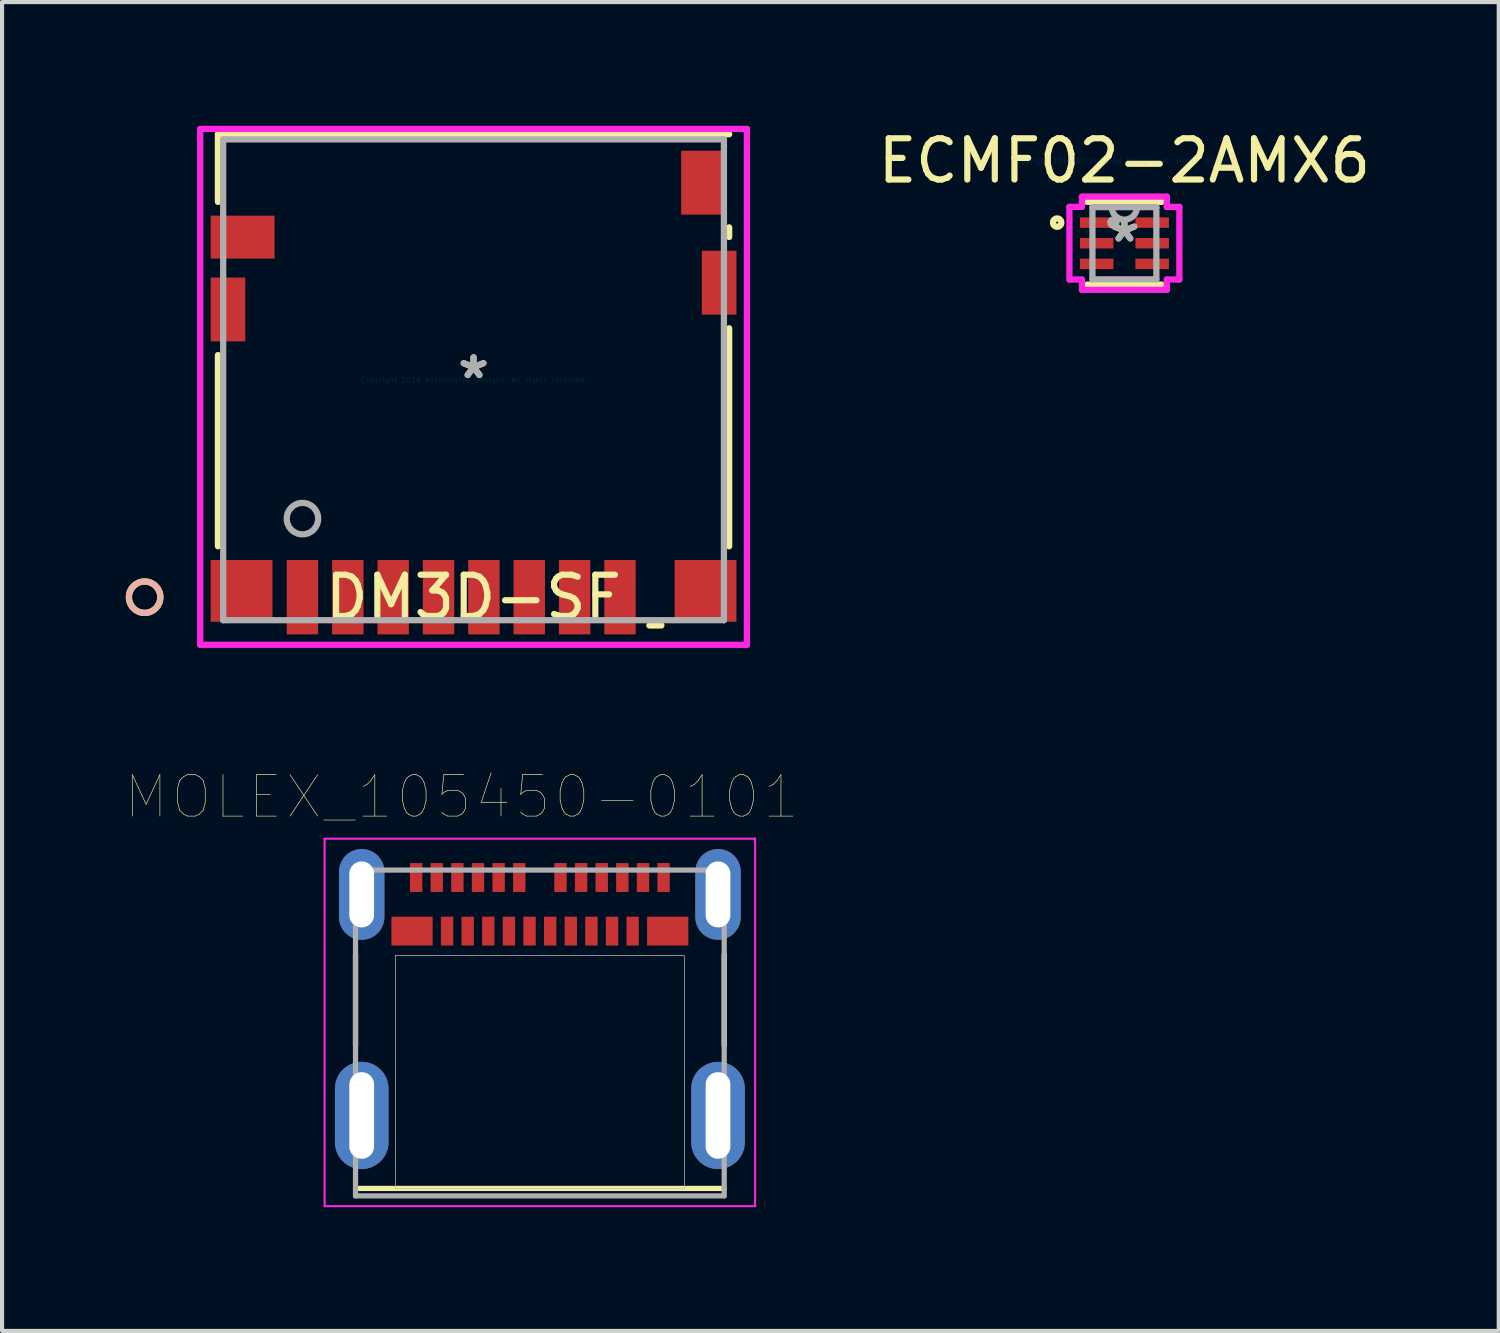
<source format=kicad_pcb>
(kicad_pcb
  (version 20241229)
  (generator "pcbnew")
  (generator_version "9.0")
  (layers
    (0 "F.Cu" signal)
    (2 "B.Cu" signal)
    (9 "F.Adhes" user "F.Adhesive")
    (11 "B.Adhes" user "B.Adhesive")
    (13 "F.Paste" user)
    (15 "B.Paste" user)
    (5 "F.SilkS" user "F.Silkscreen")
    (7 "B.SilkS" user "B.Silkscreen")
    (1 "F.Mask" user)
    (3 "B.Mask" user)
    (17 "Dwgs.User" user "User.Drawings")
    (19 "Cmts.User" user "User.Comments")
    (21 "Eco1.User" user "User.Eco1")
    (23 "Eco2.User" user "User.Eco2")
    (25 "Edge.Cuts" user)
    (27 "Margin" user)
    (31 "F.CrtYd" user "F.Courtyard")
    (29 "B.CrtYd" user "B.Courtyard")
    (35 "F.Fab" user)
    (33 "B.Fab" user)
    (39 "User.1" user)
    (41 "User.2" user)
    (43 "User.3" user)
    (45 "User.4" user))
  (footprint "MOLEX_105450-0101"
    (layer "F.Cu")
    (at 10.041 21.998)
    (property "Reference" "MOLEX_105450-0101" (at -1.899 -5.723 0) (layer "F.SilkS") (effects (font (size 1.004 1.004) (thickness 0.015))))
    (attr through_hole)
    (fp_line (start -4.47 0.3) (end -4.47 -1.9) (stroke (width 0.127) (type solid)) (layer "F.SilkS"))
    (fp_line (start -4.47 3.77) (end 4.47 3.77) (stroke (width 0.127) (type solid)) (layer "F.SilkS"))
    (fp_line (start 4.47 0.3) (end 4.47 -1.9) (stroke (width 0.127) (type solid)) (layer "F.SilkS"))
    (fp_poly (pts (xy -3.502 -1.88) (xy 3.5 -1.88) (xy 3.5 3.773) (xy -3.502 3.773)) (stroke (width 0.01) (type solid)) (fill no) (layer "Dwgs.User"))
    (fp_poly (pts (xy -3.501 -1.88) (xy 3.5 -1.88) (xy 3.5 3.771) (xy -3.501 3.771)) (stroke (width 0.01) (type solid)) (fill no) (layer "Dwgs.User"))
    (fp_line (start -5.22 -4.71) (end 5.22 -4.71) (stroke (width 0.05) (type solid)) (layer "F.CrtYd"))
    (fp_line (start -5.22 4.2) (end -5.22 -4.71) (stroke (width 0.05) (type solid)) (layer "F.CrtYd"))
    (fp_line (start 5.22 -4.71) (end 5.22 4.2) (stroke (width 0.05) (type solid)) (layer "F.CrtYd"))
    (fp_line (start 5.22 4.2) (end -5.22 4.2) (stroke (width 0.05) (type solid)) (layer "F.CrtYd"))
    (fp_line (start -4.47 -3.95) (end -4.47 3.95) (stroke (width 0.127) (type solid)) (layer "F.Fab"))
    (fp_line (start -4.47 3.95) (end 4.47 3.95) (stroke (width 0.127) (type solid)) (layer "F.Fab"))
    (fp_line (start 4.47 -3.95) (end -4.47 -3.95) (stroke (width 0.127) (type solid)) (layer "F.Fab"))
    (fp_line (start 4.47 3.95) (end 4.47 -3.95) (stroke (width 0.127) (type solid)) (layer "F.Fab"))
    (pad "A1" smd rect (at -3 -3.77) (size 0.3 0.7) (layers "F.Cu" "F.Mask" "F.Paste"))
    (pad "A2" smd rect (at -2.5 -3.77) (size 0.3 0.7) (layers "F.Cu" "F.Mask" "F.Paste"))
    (pad "A3" smd rect (at -2 -3.77) (size 0.3 0.7) (layers "F.Cu" "F.Mask" "F.Paste"))
    (pad "A4" smd rect (at -1.5 -3.77) (size 0.3 0.7) (layers "F.Cu" "F.Mask" "F.Paste"))
    (pad "A5" smd rect (at -1 -3.77) (size 0.3 0.7) (layers "F.Cu" "F.Mask" "F.Paste"))
    (pad "A6" smd rect (at -0.5 -3.77) (size 0.3 0.7) (layers "F.Cu" "F.Mask" "F.Paste"))
    (pad "A7" smd rect (at 0.5 -3.77) (size 0.3 0.7) (layers "F.Cu" "F.Mask" "F.Paste"))
    (pad "A8" smd rect (at 1 -3.77) (size 0.3 0.7) (layers "F.Cu" "F.Mask" "F.Paste"))
    (pad "A9" smd rect (at 1.5 -3.77) (size 0.3 0.7) (layers "F.Cu" "F.Mask" "F.Paste"))
    (pad "A10" smd rect (at 2 -3.77) (size 0.3 0.7) (layers "F.Cu" "F.Mask" "F.Paste"))
    (pad "A11" smd rect (at 2.5 -3.77) (size 0.3 0.7) (layers "F.Cu" "F.Mask" "F.Paste"))
    (pad "A12" smd rect (at 3 -3.77) (size 0.3 0.7) (layers "F.Cu" "F.Mask" "F.Paste"))
    (pad "B1" smd rect (at 3.1 -2.47) (size 1 0.7) (layers "F.Cu" "F.Mask" "F.Paste"))
    (pad "B2" smd rect (at 2.25 -2.47) (size 0.3 0.7) (layers "F.Cu" "F.Mask" "F.Paste"))
    (pad "B3" smd rect (at 1.75 -2.47) (size 0.3 0.7) (layers "F.Cu" "F.Mask" "F.Paste"))
    (pad "B4" smd rect (at 1.25 -2.47) (size 0.3 0.7) (layers "F.Cu" "F.Mask" "F.Paste"))
    (pad "B5" smd rect (at 0.75 -2.47) (size 0.3 0.7) (layers "F.Cu" "F.Mask" "F.Paste"))
    (pad "B6" smd rect (at 0.25 -2.47) (size 0.3 0.7) (layers "F.Cu" "F.Mask" "F.Paste"))
    (pad "B7" smd rect (at -0.25 -2.47) (size 0.3 0.7) (layers "F.Cu" "F.Mask" "F.Paste"))
    (pad "B8" smd rect (at -0.75 -2.47) (size 0.3 0.7) (layers "F.Cu" "F.Mask" "F.Paste"))
    (pad "B9" smd rect (at -1.25 -2.47) (size 0.3 0.7) (layers "F.Cu" "F.Mask" "F.Paste"))
    (pad "B10" smd rect (at -1.75 -2.47) (size 0.3 0.7) (layers "F.Cu" "F.Mask" "F.Paste"))
    (pad "B11" smd rect (at -2.25 -2.47) (size 0.3 0.7) (layers "F.Cu" "F.Mask" "F.Paste"))
    (pad "B12" smd rect (at -3.1 -2.47) (size 1 0.7) (layers "F.Cu" "F.Mask" "F.Paste"))
    (pad "S1" thru_hole oval (at -4.32 -3.36) (size 1.1 2.2) (drill oval 0.6 1.6) (layers "*.Cu" "*.Mask"))
    (pad "S2" thru_hole oval (at 4.32 -3.36) (size 1.1 2.2) (drill oval 0.6 1.6) (layers "*.Cu" "*.Mask"))
    (pad "S3" thru_hole oval (at -4.32 2) (size 1.3 2.6) (drill oval 0.6 2.1) (layers "*.Cu" "*.Mask"))
    (pad "S4" thru_hole oval (at 4.32 2) (size 1.3 2.6) (drill oval 0.6 2.1) (layers "*.Cu" "*.Mask")))
  (footprint "ECMF02-2AMX6"
    (layer "F.Cu")
    (at 24.215 2.848)
    (property "Reference" "ECMF02-2AMX6" (at 0 -2 0) (layer "F.SilkS") (effects (font (size 1 1) (thickness 0.15))))
    (attr through_hole)
    (fp_line (start -0.902 1.003) (end 0.902 1.003) (stroke (width 0.152) (type solid)) (layer "F.SilkS"))
    (fp_line (start 0.902 -1.003) (end -0.902 -1.003) (stroke (width 0.152) (type solid)) (layer "F.SilkS"))
    (fp_circle (center -1.63 -0.5) (end -1.529 -0.5) (stroke (width 0.152) (type solid)) (fill no) (layer "F.SilkS"))
    (fp_line (start -1.333 -0.881) (end -1.029 -0.881) (stroke (width 0.152) (type solid)) (layer "F.CrtYd"))
    (fp_line (start -1.333 0.881) (end -1.333 -0.881) (stroke (width 0.152) (type solid)) (layer "F.CrtYd"))
    (fp_line (start -1.029 -1.13) (end 1.029 -1.13) (stroke (width 0.152) (type solid)) (layer "F.CrtYd"))
    (fp_line (start -1.029 -0.881) (end -1.029 -1.13) (stroke (width 0.152) (type solid)) (layer "F.CrtYd"))
    (fp_line (start -1.029 0.881) (end -1.333 0.881) (stroke (width 0.152) (type solid)) (layer "F.CrtYd"))
    (fp_line (start -1.029 1.13) (end -1.029 0.881) (stroke (width 0.152) (type solid)) (layer "F.CrtYd"))
    (fp_line (start 1.029 -1.13) (end 1.029 -0.881) (stroke (width 0.152) (type solid)) (layer "F.CrtYd"))
    (fp_line (start 1.029 -0.881) (end 1.333 -0.881) (stroke (width 0.152) (type solid)) (layer "F.CrtYd"))
    (fp_line (start 1.029 0.881) (end 1.029 1.13) (stroke (width 0.152) (type solid)) (layer "F.CrtYd"))
    (fp_line (start 1.029 1.13) (end -1.029 1.13) (stroke (width 0.152) (type solid)) (layer "F.CrtYd"))
    (fp_line (start 1.333 -0.881) (end 1.333 0.881) (stroke (width 0.152) (type solid)) (layer "F.CrtYd"))
    (fp_line (start 1.333 0.881) (end 1.029 0.881) (stroke (width 0.152) (type solid)) (layer "F.CrtYd"))
    (fp_line (start -0.775 -0.876) (end -0.775 0.876) (stroke (width 0.152) (type solid)) (layer "F.Fab"))
    (fp_line (start -0.775 0.876) (end 0.775 0.876) (stroke (width 0.152) (type solid)) (layer "F.Fab"))
    (fp_line (start 0.775 -0.876) (end -0.775 -0.876) (stroke (width 0.152) (type solid)) (layer "F.Fab"))
    (fp_line (start 0.775 0.876) (end 0.775 -0.876) (stroke (width 0.152) (type solid)) (layer "F.Fab"))
    (fp_arc (start 0.3048 -0.8763) (mid 0 -0.5715) (end -0.3048 -0.8763) (stroke (width 0.1524) (type solid)) (layer "F.Fab"))
    (fp_circle (center -0.267 -0.5) (end -0.191 -0.5) (stroke (width 0.152) (type solid)) (fill no) (layer "F.Fab"))
    (fp_text user "*" (at 0 0 0) (layer "F.SilkS") (effects (font (size 1 1) (thickness 0.15))))
    (fp_text user "Copyright 2016 Accelerated Designs. All rights reserved." (at 0 -2 0) (layer "Cmts.User") (effects (font (size 0.127 0.127) (thickness 0.002))))
    (fp_text user "*" (at 0 0 0) (layer "F.Fab") (effects (font (size 1 1) (thickness 0.15))))
    (pad "1" smd rect (at -0.673 -0.5) (size 0.813 0.254) (layers "F.Cu" "F.Mask" "F.Paste"))
    (pad "2" smd rect (at -0.673 0) (size 0.813 0.254) (layers "F.Cu" "F.Mask" "F.Paste"))
    (pad "3" smd rect (at -0.673 0.5) (size 0.813 0.254) (layers "F.Cu" "F.Mask" "F.Paste"))
    (pad "4" smd rect (at 0.673 0.5) (size 0.813 0.254) (layers "F.Cu" "F.Mask" "F.Paste"))
    (pad "5" smd rect (at 0.673 0) (size 0.813 0.254) (layers "F.Cu" "F.Mask" "F.Paste"))
    (pad "6" smd rect (at 0.673 -0.5) (size 0.813 0.254) (layers "F.Cu" "F.Mask" "F.Paste")))
  (footprint "DM3D-SF"
    (layer "F.Cu")
    (at 8.433 6.16)
    (property "Reference" "DM3D-SF" (at 0 5.271 0) (layer "F.SilkS") (effects (font (size 1 1) (thickness 0.15))))
    (attr through_hole)
    (fp_line (start -6.198 -5.956) (end -6.198 -4.314) (stroke (width 0.152) (type solid)) (layer "F.SilkS"))
    (fp_line (start -6.198 -0.599) (end -6.198 4.036) (stroke (width 0.152) (type solid)) (layer "F.SilkS"))
    (fp_line (start 4.264 5.956) (end 4.555 5.956) (stroke (width 0.152) (type solid)) (layer "F.SilkS"))
    (fp_line (start 6.198 -5.956) (end -6.198 -5.956) (stroke (width 0.152) (type solid)) (layer "F.SilkS"))
    (fp_line (start 6.198 -3.464) (end 6.198 -3.697) (stroke (width 0.152) (type solid)) (layer "F.SilkS"))
    (fp_line (start 6.198 4.036) (end 6.198 -1.249) (stroke (width 0.152) (type solid)) (layer "F.SilkS"))
    (fp_circle (center -7.976 5.271) (end -7.595 5.271) (stroke (width 0.152) (type solid)) (fill no) (layer "F.SilkS"))
    (fp_circle (center -7.976 5.271) (end -7.595 5.271) (stroke (width 0.152) (type solid)) (fill no) (layer "B.SilkS"))
    (fp_line (start -6.628 -6.083) (end -6.628 6.426) (stroke (width 0.152) (type solid)) (layer "F.CrtYd"))
    (fp_line (start -6.628 6.426) (end 6.628 6.426) (stroke (width 0.152) (type solid)) (layer "F.CrtYd"))
    (fp_line (start 6.628 -6.083) (end -6.628 -6.083) (stroke (width 0.152) (type solid)) (layer "F.CrtYd"))
    (fp_line (start 6.628 6.426) (end 6.628 -6.083) (stroke (width 0.152) (type solid)) (layer "F.CrtYd"))
    (fp_line (start -6.071 -5.829) (end -6.071 5.829) (stroke (width 0.152) (type solid)) (layer "F.Fab"))
    (fp_line (start -6.071 5.829) (end 6.071 5.829) (stroke (width 0.152) (type solid)) (layer "F.Fab"))
    (fp_line (start 6.071 -5.829) (end -6.071 -5.829) (stroke (width 0.152) (type solid)) (layer "F.Fab"))
    (fp_line (start 6.071 5.829) (end 6.071 -5.829) (stroke (width 0.152) (type solid)) (layer "F.Fab"))
    (fp_circle (center -4.149 3.366) (end -3.768 3.366) (stroke (width 0.152) (type solid)) (fill no) (layer "F.Fab"))
    (fp_text user "*" (at 0 0 0) (layer "F.SilkS") (effects (font (size 1 1) (thickness 0.15))))
    (fp_text user "Copyright 2016 Accelerated Designs. All rights reserved." (at 0 0 0) (layer "Cmts.User") (effects (font (size 0.127 0.127) (thickness 0.002))))
    (fp_text user "*" (at 0 0 0) (layer "F.Fab") (effects (font (size 1 1) (thickness 0.15))))
    (pad "1" smd rect (at -4.149 5.271) (size 0.762 1.803) (layers "F.Cu" "F.Mask" "F.Paste"))
    (pad "2" smd rect (at -3.049 5.271) (size 0.762 1.803) (layers "F.Cu" "F.Mask" "F.Paste"))
    (pad "3" smd rect (at -1.949 5.271) (size 0.762 1.803) (layers "F.Cu" "F.Mask" "F.Paste"))
    (pad "4" smd rect (at -0.849 5.271) (size 0.762 1.803) (layers "F.Cu" "F.Mask" "F.Paste"))
    (pad "5" smd rect (at 0.251 5.271) (size 0.762 1.803) (layers "F.Cu" "F.Mask" "F.Paste"))
    (pad "6" smd rect (at 1.351 5.271) (size 0.762 1.803) (layers "F.Cu" "F.Mask" "F.Paste"))
    (pad "7" smd rect (at 2.451 5.271) (size 0.762 1.803) (layers "F.Cu" "F.Mask" "F.Paste"))
    (pad "8" smd rect (at 3.551 5.271) (size 0.762 1.803) (layers "F.Cu" "F.Mask" "F.Paste"))
    (pad "9" smd rect (at -5.625 5.118 90) (size 1.499 1.499) (layers "F.Cu" "F.Mask" "F.Paste"))
    (pad "10" smd rect (at 5.625 5.118 90) (size 1.499 1.499) (layers "F.Cu" "F.Mask" "F.Paste"))
    (pad "11" smd rect (at -5.955 -1.706 90) (size 1.549 0.838) (layers "F.Cu" "F.Mask" "F.Paste"))
    (pad "12" smd rect (at 5.955 -2.356 90) (size 1.549 0.838) (layers "F.Cu" "F.Mask" "F.Paste"))
    (pad "13" smd rect (at -5.6 -3.46) (size 1.549 1.041) (layers "F.Cu" "F.Mask" "F.Paste"))
    (pad "14" smd rect (at 5.554 -4.781) (size 1.041 1.549) (layers "F.Cu" "F.Mask" "F.Paste")))
  (gr_rect
    (start -3 -3)
    (end 33.292 29.223)
    (stroke (width 0.1) (type default))
    (fill no)
    (layer "Edge.Cuts")))
</source>
